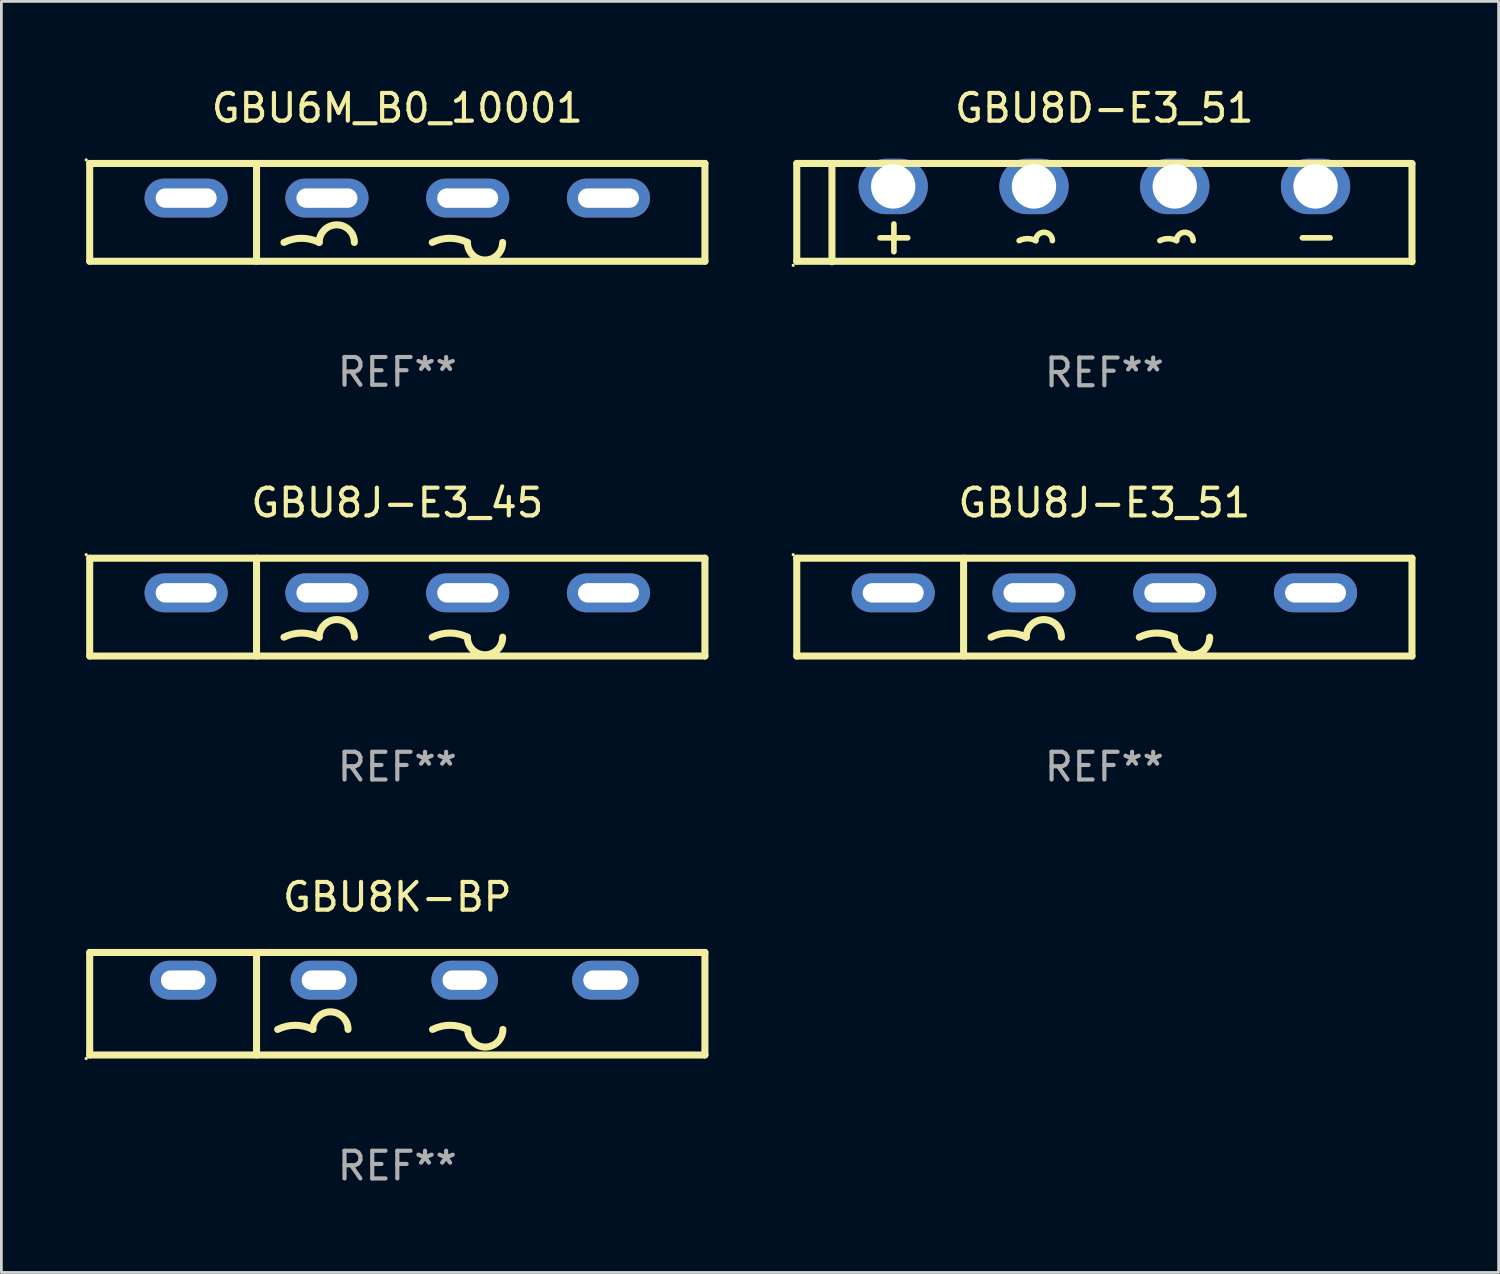
<source format=kicad_pcb>
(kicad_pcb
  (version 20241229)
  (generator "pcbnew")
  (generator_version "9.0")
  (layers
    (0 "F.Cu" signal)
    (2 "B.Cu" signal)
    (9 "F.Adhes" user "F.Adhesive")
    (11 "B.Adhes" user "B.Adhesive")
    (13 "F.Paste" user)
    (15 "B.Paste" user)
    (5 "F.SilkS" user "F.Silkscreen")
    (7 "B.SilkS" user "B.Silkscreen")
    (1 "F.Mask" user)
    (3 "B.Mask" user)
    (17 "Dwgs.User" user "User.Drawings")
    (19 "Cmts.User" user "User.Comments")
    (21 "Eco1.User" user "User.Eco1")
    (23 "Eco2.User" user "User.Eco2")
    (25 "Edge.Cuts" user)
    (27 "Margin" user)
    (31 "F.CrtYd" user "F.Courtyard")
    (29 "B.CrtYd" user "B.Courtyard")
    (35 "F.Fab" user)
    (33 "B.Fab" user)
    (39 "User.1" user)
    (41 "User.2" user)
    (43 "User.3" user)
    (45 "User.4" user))
  (footprint "GBU6M_B0_10001"
    (layer "F.Cu")
    (at 11.287 4.613)
    (property "Reference" "GBU6M_B0_10001" (at 0 -3.765 0) (layer "F.SilkS") (effects (font (size 1 1) (thickness 0.15))))
    (attr through_hole)
    (fp_line (start -11.1 -1.765) (end 11.1 -1.765) (stroke (width 0.254) (type solid)) (layer "F.SilkS"))
    (fp_line (start -11.1 1.765) (end -11.1 -1.765) (stroke (width 0.254) (type solid)) (layer "F.SilkS"))
    (fp_line (start -5.08 -1.765) (end -5.08 1.765) (stroke (width 0.254) (type solid)) (layer "F.SilkS"))
    (fp_line (start 11.1 -1.765) (end 11.1 1.765) (stroke (width 0.254) (type solid)) (layer "F.SilkS"))
    (fp_line (start 11.1 1.765) (end -11.1 1.765) (stroke (width 0.254) (type solid)) (layer "F.SilkS"))
    (fp_arc (start -4.089992 1.084963) (mid -3.454991 0.93506) (end -2.819989 1.084963) (stroke (width 0.254001) (type solid)) (layer "F.SilkS"))
    (fp_arc (start -2.819991 1.084963) (mid -2.184989 0.449961) (end -1.549987 1.084963) (stroke (width 0.254001) (type solid)) (layer "F.SilkS"))
    (fp_arc (start 1.259995 1.084963) (mid 1.894996 0.93506) (end 2.529998 1.084963) (stroke (width 0.254001) (type solid)) (layer "F.SilkS"))
    (fp_arc (start 3.8 1.084963) (mid 3.164999 1.719964) (end 2.529998 1.084963) (stroke (width 0.254001) (type solid)) (layer "F.SilkS"))
    (fp_circle (center -11.227 -1.892) (end -11.197 -1.892) (stroke (width 0.06) (type solid)) (fill no) (layer "F.SilkS"))
    (fp_text user "-" (at 8.65 3.335 0) (layer "B.Mask") (effects (font (size 1 1) (thickness 0.15))))
    (fp_text user "+" (at -7 3.085 0) (layer "B.Mask") (effects (font (size 1 1) (thickness 0.15))))
    (fp_text user "REF**" (at 0 5.765 0) (layer "F.Fab") (effects (font (size 1 1) (thickness 0.15))))
    (pad "1" thru_hole oval (at -7.62 -0.515 180) (size 3 1.4) (drill oval 2.2 0.7) (layers "*.Cu" "*.Mask"))
    (pad "2" thru_hole oval (at -2.54 -0.515 180) (size 3 1.4) (drill oval 2.2 0.7) (layers "*.Cu" "*.Mask"))
    (pad "3" thru_hole oval (at 2.54 -0.515 180) (size 3 1.4) (drill oval 2.2 0.7) (layers "*.Cu" "*.Mask"))
    (pad "4" thru_hole oval (at 7.62 -0.515 180) (size 3 1.4) (drill oval 2.2 0.7) (layers "*.Cu" "*.Mask")))
  (footprint "GBU8J-E3_45"
    (layer "F.Cu")
    (at 11.287 18.858)
    (property "Reference" "GBU8J-E3_45" (at 0 -3.765 0) (layer "F.SilkS") (effects (font (size 1 1) (thickness 0.15))))
    (attr through_hole)
    (fp_line (start -11.1 -1.765) (end 11.1 -1.765) (stroke (width 0.254) (type solid)) (layer "F.SilkS"))
    (fp_line (start -11.1 1.765) (end -11.1 -1.765) (stroke (width 0.254) (type solid)) (layer "F.SilkS"))
    (fp_line (start -5.08 -1.765) (end -5.08 1.765) (stroke (width 0.254) (type solid)) (layer "F.SilkS"))
    (fp_line (start 11.1 -1.765) (end 11.1 1.765) (stroke (width 0.254) (type solid)) (layer "F.SilkS"))
    (fp_line (start 11.1 1.765) (end -11.1 1.765) (stroke (width 0.254) (type solid)) (layer "F.SilkS"))
    (fp_arc (start -4.089992 1.084963) (mid -3.454991 0.93506) (end -2.819989 1.084963) (stroke (width 0.254001) (type solid)) (layer "F.SilkS"))
    (fp_arc (start -2.819991 1.084963) (mid -2.184989 0.449961) (end -1.549987 1.084963) (stroke (width 0.254001) (type solid)) (layer "F.SilkS"))
    (fp_arc (start 1.259995 1.084963) (mid 1.894996 0.93506) (end 2.529998 1.084963) (stroke (width 0.254001) (type solid)) (layer "F.SilkS"))
    (fp_arc (start 3.8 1.084963) (mid 3.164999 1.719964) (end 2.529998 1.084963) (stroke (width 0.254001) (type solid)) (layer "F.SilkS"))
    (fp_circle (center -11.227 -1.892) (end -11.197 -1.892) (stroke (width 0.06) (type solid)) (fill no) (layer "F.SilkS"))
    (fp_text user "+" (at -7 3.085 0) (layer "B.Mask") (effects (font (size 1 1) (thickness 0.15))))
    (fp_text user "-" (at 8.65 3.335 0) (layer "B.Mask") (effects (font (size 1 1) (thickness 0.15))))
    (fp_text user "REF**" (at 0 5.765 0) (layer "F.Fab") (effects (font (size 1 1) (thickness 0.15))))
    (pad "1" thru_hole oval (at -7.62 -0.515 180) (size 3 1.4) (drill oval 2.2 0.7) (layers "*.Cu" "*.Mask"))
    (pad "2" thru_hole oval (at -2.54 -0.515 180) (size 3 1.4) (drill oval 2.2 0.7) (layers "*.Cu" "*.Mask"))
    (pad "3" thru_hole oval (at 2.54 -0.515 180) (size 3 1.4) (drill oval 2.2 0.7) (layers "*.Cu" "*.Mask"))
    (pad "4" thru_hole oval (at 7.62 -0.515 180) (size 3 1.4) (drill oval 2.2 0.7) (layers "*.Cu" "*.Mask")))
  (footprint "GBU8K-BP"
    (layer "F.Cu")
    (at 11.287 33.169)
    (property "Reference" "GBU8K-BP" (at 0 -3.85 0) (layer "F.SilkS") (effects (font (size 1 1) (thickness 0.15))))
    (attr through_hole)
    (fp_line (start -11.1 -1.85) (end 11.1 -1.85) (stroke (width 0.254) (type solid)) (layer "F.SilkS"))
    (fp_line (start -11.1 1.85) (end -11.1 -1.85) (stroke (width 0.254) (type solid)) (layer "F.SilkS"))
    (fp_line (start -5.08 -1.85) (end -5.08 1.85) (stroke (width 0.254) (type solid)) (layer "F.SilkS"))
    (fp_line (start 11.1 -1.85) (end 11.1 1.85) (stroke (width 0.254) (type solid)) (layer "F.SilkS"))
    (fp_line (start 11.1 1.85) (end -11.1 1.85) (stroke (width 0.254) (type solid)) (layer "F.SilkS"))
    (fp_arc (start -4.318009 0.927991) (mid -3.683008 0.778087) (end -3.048007 0.92799) (stroke (width 0.254001) (type solid)) (layer "F.SilkS"))
    (fp_arc (start -3.048006 0.927991) (mid -2.413005 0.29299) (end -1.778004 0.927991) (stroke (width 0.254001) (type solid)) (layer "F.SilkS"))
    (fp_arc (start 1.270003 0.927991) (mid 1.905004 0.778088) (end 2.540005 0.927991) (stroke (width 0.254001) (type solid)) (layer "F.SilkS"))
    (fp_arc (start 3.810008 0.927991) (mid 3.175006 1.562993) (end 2.540004 0.927991) (stroke (width 0.254001) (type solid)) (layer "F.SilkS"))
    (fp_circle (center -11.227 1.977) (end -11.197 1.977) (stroke (width 0.06) (type solid)) (fill no) (layer "F.SilkS"))
    (fp_text user "+" (at -8.549 0.85 0) (layer "B.Mask") (effects (font (size 1 1) (thickness 0.15))))
    (fp_text user "-" (at 6.751 0.85 0) (layer "B.Mask") (effects (font (size 1 1) (thickness 0.15))))
    (fp_text user "REF**" (at 0 5.85 0) (layer "F.Fab") (effects (font (size 1 1) (thickness 0.15))))
    (pad "1" thru_hole oval (at -7.729 -0.85 180) (size 2.4 1.4) (drill oval 1.6 0.7) (layers "*.Cu" "*.Mask"))
    (pad "2" thru_hole oval (at -2.649 -0.85 180) (size 2.4 1.4) (drill oval 1.6 0.7) (layers "*.Cu" "*.Mask"))
    (pad "3" thru_hole oval (at 2.431 -0.85 180) (size 2.4 1.4) (drill oval 1.6 0.7) (layers "*.Cu" "*.Mask"))
    (pad "4" thru_hole oval (at 7.511 -0.85 180) (size 2.4 1.4) (drill oval 1.6 0.7) (layers "*.Cu" "*.Mask")))
  (footprint "GBU8J-E3_51"
    (layer "F.Cu")
    (at 36.801 18.858)
    (property "Reference" "GBU8J-E3_51" (at 0 -3.765 0) (layer "F.SilkS") (effects (font (size 1 1) (thickness 0.15))))
    (attr through_hole)
    (fp_line (start -11.1 -1.765) (end 11.1 -1.765) (stroke (width 0.254) (type solid)) (layer "F.SilkS"))
    (fp_line (start -11.1 1.765) (end -11.1 -1.765) (stroke (width 0.254) (type solid)) (layer "F.SilkS"))
    (fp_line (start -5.08 -1.765) (end -5.08 1.765) (stroke (width 0.254) (type solid)) (layer "F.SilkS"))
    (fp_line (start 11.1 -1.765) (end 11.1 1.765) (stroke (width 0.254) (type solid)) (layer "F.SilkS"))
    (fp_line (start 11.1 1.765) (end -11.1 1.765) (stroke (width 0.254) (type solid)) (layer "F.SilkS"))
    (fp_arc (start -4.089992 1.084963) (mid -3.454991 0.93506) (end -2.819989 1.084963) (stroke (width 0.254001) (type solid)) (layer "F.SilkS"))
    (fp_arc (start -2.819991 1.084963) (mid -2.184989 0.449961) (end -1.549987 1.084963) (stroke (width 0.254001) (type solid)) (layer "F.SilkS"))
    (fp_arc (start 1.259995 1.084963) (mid 1.894996 0.93506) (end 2.529998 1.084963) (stroke (width 0.254001) (type solid)) (layer "F.SilkS"))
    (fp_arc (start 3.8 1.084963) (mid 3.164999 1.719964) (end 2.529998 1.084963) (stroke (width 0.254001) (type solid)) (layer "F.SilkS"))
    (fp_circle (center -11.227 -1.892) (end -11.197 -1.892) (stroke (width 0.06) (type solid)) (fill no) (layer "F.SilkS"))
    (fp_text user "+" (at -7 3.085 0) (layer "B.Mask") (effects (font (size 1 1) (thickness 0.15))))
    (fp_text user "-" (at 8.65 3.335 0) (layer "B.Mask") (effects (font (size 1 1) (thickness 0.15))))
    (fp_text user "REF**" (at 0 5.765 0) (layer "F.Fab") (effects (font (size 1 1) (thickness 0.15))))
    (pad "1" thru_hole oval (at -7.62 -0.515 180) (size 3 1.4) (drill oval 2.2 0.7) (layers "*.Cu" "*.Mask"))
    (pad "2" thru_hole oval (at -2.54 -0.515 180) (size 3 1.4) (drill oval 2.2 0.7) (layers "*.Cu" "*.Mask"))
    (pad "3" thru_hole oval (at 2.54 -0.515 180) (size 3 1.4) (drill oval 2.2 0.7) (layers "*.Cu" "*.Mask"))
    (pad "4" thru_hole oval (at 7.62 -0.515 180) (size 3 1.4) (drill oval 2.2 0.7) (layers "*.Cu" "*.Mask")))
  (footprint "GBU8D-E3_51"
    (layer "F.Cu")
    (at 36.801 4.622)
    (property "Reference" "GBU8D-E3_51" (at 0 -3.774 0) (layer "F.SilkS") (effects (font (size 1 1) (thickness 0.15))))
    (attr through_hole)
    (fp_line (start -11.1 -1.774) (end -11.1 1.756) (stroke (width 0.254) (type solid)) (layer "F.SilkS"))
    (fp_line (start -11.1 1.756) (end 11.1 1.756) (stroke (width 0.254) (type solid)) (layer "F.SilkS"))
    (fp_line (start -9.83 -1.757) (end -9.83 1.773) (stroke (width 0.254) (type solid)) (layer "F.SilkS"))
    (fp_line (start -8.095 0.91) (end -7.095 0.91) (stroke (width 0.203) (type solid)) (layer "F.SilkS"))
    (fp_line (start -7.595 0.41) (end -7.595 1.41) (stroke (width 0.203) (type solid)) (layer "F.SilkS"))
    (fp_line (start 7.146 0.91) (end 8.146 0.91) (stroke (width 0.203) (type solid)) (layer "F.SilkS"))
    (fp_line (start 11.1 -1.774) (end -11.1 -1.774) (stroke (width 0.254) (type solid)) (layer "F.SilkS"))
    (fp_line (start 11.1 1.774) (end 11.1 -1.756) (stroke (width 0.254) (type solid)) (layer "F.SilkS"))
    (fp_arc (start -3.074702 1.011011) (mid -2.774981 0.940286) (end -2.47526 1.011011) (stroke (width 0.2032) (type solid)) (layer "F.SilkS"))
    (fp_arc (start -2.475261 1.01101) (mid -2.17554 0.711569) (end -1.875819 1.011011) (stroke (width 0.2032) (type solid)) (layer "F.SilkS"))
    (fp_arc (start 2.005309 1.011011) (mid 2.30503 0.940286) (end 2.60475 1.011012) (stroke (width 0.2032) (type solid)) (layer "F.SilkS"))
    (fp_arc (start 2.604749 1.01101) (mid 2.90447 0.711569) (end 3.204191 1.011011) (stroke (width 0.2032) (type solid)) (layer "F.SilkS"))
    (fp_circle (center -11.227 1.901) (end -11.197 1.901) (stroke (width 0.06) (type solid)) (fill no) (layer "F.SilkS"))
    (fp_text user "REF**" (at 0 5.774 0) (layer "F.Fab") (effects (font (size 1 1) (thickness 0.15))))
    (pad "1" thru_hole oval (at -7.62 -0.944 180) (size 2.5 2) (drill 1.6) (layers "*.Cu" "*.Mask"))
    (pad "2" thru_hole oval (at -2.54 -0.944 180) (size 2.5 2) (drill 1.6) (layers "*.Cu" "*.Mask"))
    (pad "3" thru_hole oval (at 2.54 -0.944 180) (size 2.5 2) (drill 1.6) (layers "*.Cu" "*.Mask"))
    (pad "4" thru_hole oval (at 7.62 -0.944 180) (size 2.5 2) (drill 1.6) (layers "*.Cu" "*.Mask")))
  (gr_rect
    (start -3 -3)
    (end 51.028 42.867)
    (stroke (width 0.1) (type default))
    (fill no)
    (layer "Edge.Cuts")))
</source>
